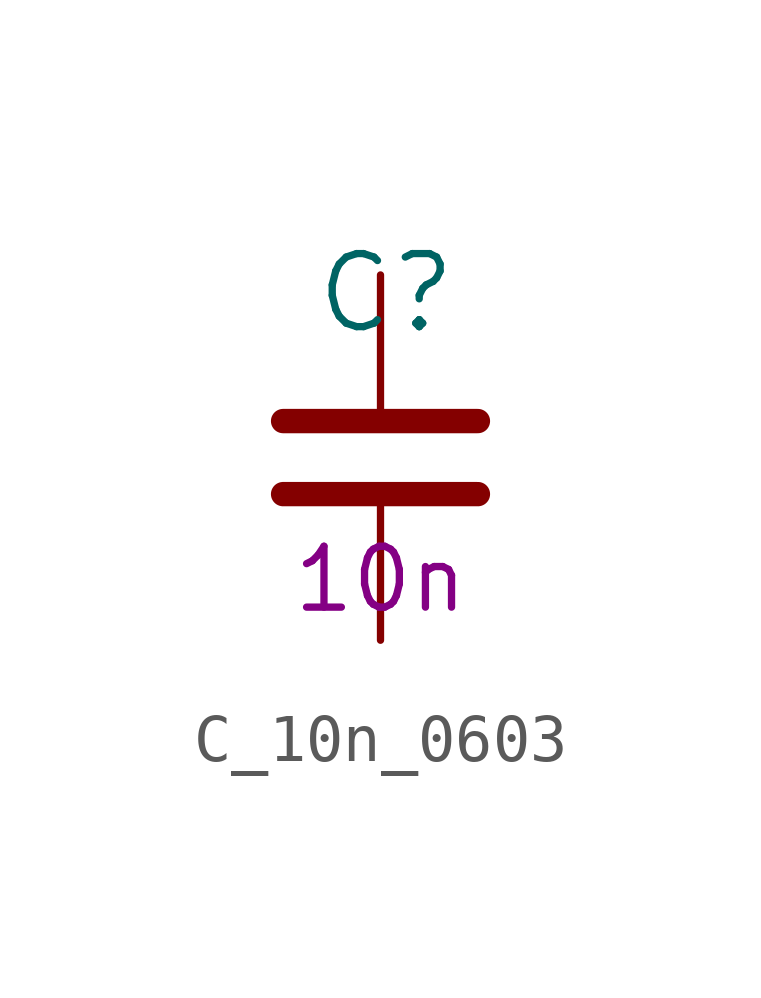
<source format=kicad_sym>
(kicad_symbol_lib
  (version 20211014)
  (generator kicad_symbol_editor)
  (symbol "C_10n_0603"
    (pin_names
      (offset 0))
    (property "Reference" "C"
      (at -1.397 3.429 0)
      (effects (font (size 1.524 1.524)) (justify left)))
    (property "Val" "10n"
      (at 0 -2.54 0)
      (effects (font (size 1.27 1.27))))
    (symbol "C_10n_0603_1_1"
      (polyline (pts (xy -2.032 -0.762) (xy 2.032 -0.762)) (stroke (width 0.508) (type default) (color 0 0 0 0)) (fill (type none)))
      (polyline (pts (xy -2.032 0.762) (xy 2.032 0.762)) (stroke (width 0.508) (type default) (color 0 0 0 0)) (fill (type none)))
      (pin passive line (at 0 3.81 270) (length 2.794) (name "~" (effects (font (size 0 0)))) (number "1" (effects (font (size 0 0)))))
      (pin passive line (at 0 -3.81 90) (length 2.794) (name "~" (effects (font (size 0 0)))) (number "2" (effects (font (size 0 0))))))))
</source>
